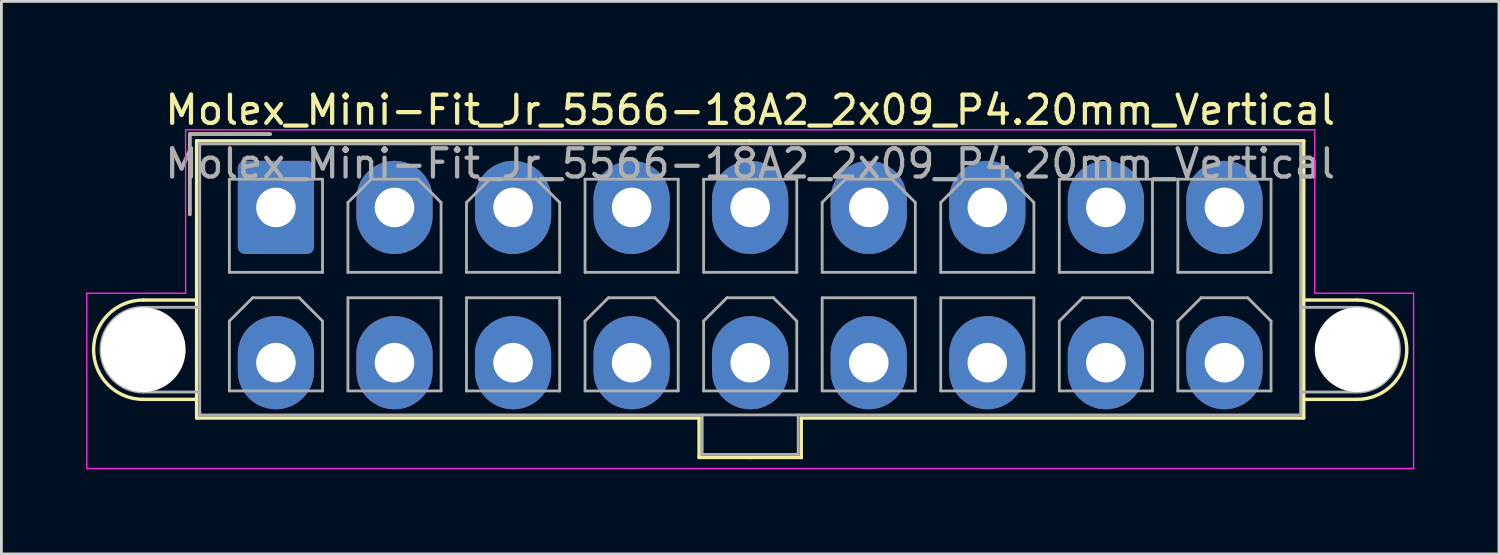
<source format=kicad_pcb>
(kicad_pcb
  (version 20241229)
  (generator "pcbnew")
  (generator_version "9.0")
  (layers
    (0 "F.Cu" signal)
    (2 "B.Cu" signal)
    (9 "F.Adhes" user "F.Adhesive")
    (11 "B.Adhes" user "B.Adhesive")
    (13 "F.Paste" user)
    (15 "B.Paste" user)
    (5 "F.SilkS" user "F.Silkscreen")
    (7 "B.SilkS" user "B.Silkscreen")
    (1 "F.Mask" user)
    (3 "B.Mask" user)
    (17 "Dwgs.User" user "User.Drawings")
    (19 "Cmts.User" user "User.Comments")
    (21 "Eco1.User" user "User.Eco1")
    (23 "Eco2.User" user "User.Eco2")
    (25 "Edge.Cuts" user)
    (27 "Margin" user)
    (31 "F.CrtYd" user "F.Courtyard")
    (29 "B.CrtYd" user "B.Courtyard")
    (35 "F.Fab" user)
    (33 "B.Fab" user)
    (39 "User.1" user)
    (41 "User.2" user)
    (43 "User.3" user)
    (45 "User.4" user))
  (footprint "Molex_Mini-Fit_Jr_5566-18A2_2x09_P4.20mm_Vertical"
    (layer "F.Cu")
    (at 6.725 4.298)
    (property "Reference" "Molex_Mini-Fit_Jr_5566-18A2_2x09_P4.20mm_Vertical" (at 16.8 -3.45 0) (layer "F.SilkS") (effects (font (size 1 1) (thickness 0.15))))
    (attr through_hole)
    (fp_line (start -4.7 3.28) (end -2.81 3.28) (stroke (width 0.12) (type solid)) (layer "F.SilkS"))
    (fp_line (start -4.7 6.8) (end -2.81 6.8) (stroke (width 0.12) (type solid)) (layer "F.SilkS"))
    (fp_line (start -3.05 -2.6) (end -3.05 0.25) (stroke (width 0.12) (type solid)) (layer "F.SilkS"))
    (fp_line (start -2.81 -2.36) (end -2.81 7.46) (stroke (width 0.12) (type solid)) (layer "F.SilkS"))
    (fp_line (start -2.81 7.46) (end 14.99 7.46) (stroke (width 0.12) (type solid)) (layer "F.SilkS"))
    (fp_line (start -0.2 -2.6) (end -3.05 -2.6) (stroke (width 0.12) (type solid)) (layer "F.SilkS"))
    (fp_line (start 14.99 7.46) (end 14.99 8.86) (stroke (width 0.12) (type solid)) (layer "F.SilkS"))
    (fp_line (start 14.99 8.86) (end 16.8 8.86) (stroke (width 0.12) (type solid)) (layer "F.SilkS"))
    (fp_line (start 16.8 -2.36) (end -2.81 -2.36) (stroke (width 0.12) (type solid)) (layer "F.SilkS"))
    (fp_line (start 16.8 -2.36) (end 36.41 -2.36) (stroke (width 0.12) (type solid)) (layer "F.SilkS"))
    (fp_line (start 18.61 7.46) (end 18.61 8.86) (stroke (width 0.12) (type solid)) (layer "F.SilkS"))
    (fp_line (start 18.61 8.86) (end 16.8 8.86) (stroke (width 0.12) (type solid)) (layer "F.SilkS"))
    (fp_line (start 36.41 -2.36) (end 36.41 7.46) (stroke (width 0.12) (type solid)) (layer "F.SilkS"))
    (fp_line (start 36.41 7.46) (end 18.61 7.46) (stroke (width 0.12) (type solid)) (layer "F.SilkS"))
    (fp_line (start 38.3 3.28) (end 36.41 3.28) (stroke (width 0.12) (type solid)) (layer "F.SilkS"))
    (fp_line (start 38.3 6.8) (end 36.41 6.8) (stroke (width 0.12) (type solid)) (layer "F.SilkS"))
    (fp_arc (start -4.7 6.8) (mid -6.46 5.04) (end -4.7 3.28) (stroke (width 0.12) (type solid)) (layer "F.SilkS"))
    (fp_arc (start 38.3 3.28) (mid 40.06 5.04) (end 38.3 6.8) (stroke (width 0.12) (type solid)) (layer "F.SilkS"))
    (fp_line (start -6.7 3.04) (end -6.7 9.25) (stroke (width 0.05) (type solid)) (layer "F.CrtYd"))
    (fp_line (start -6.7 9.25) (end 40.3 9.25) (stroke (width 0.05) (type solid)) (layer "F.CrtYd"))
    (fp_line (start -3.2 -2.75) (end -3.2 3.04) (stroke (width 0.05) (type solid)) (layer "F.CrtYd"))
    (fp_line (start -3.2 3.04) (end -6.7 3.04) (stroke (width 0.05) (type solid)) (layer "F.CrtYd"))
    (fp_line (start 36.8 -2.75) (end -3.2 -2.75) (stroke (width 0.05) (type solid)) (layer "F.CrtYd"))
    (fp_line (start 36.8 3.04) (end 36.8 -2.75) (stroke (width 0.05) (type solid)) (layer "F.CrtYd"))
    (fp_line (start 40.3 3.04) (end 36.8 3.04) (stroke (width 0.05) (type solid)) (layer "F.CrtYd"))
    (fp_line (start 40.3 9.25) (end 40.3 3.04) (stroke (width 0.05) (type solid)) (layer "F.CrtYd"))
    (fp_line (start -4.7 3.54) (end -2.7 3.54) (stroke (width 0.1) (type solid)) (layer "F.Fab"))
    (fp_line (start -4.7 6.54) (end -2.7 6.54) (stroke (width 0.1) (type solid)) (layer "F.Fab"))
    (fp_line (start -3.05 -2.6) (end -3.05 0.25) (stroke (width 0.1) (type solid)) (layer "F.Fab"))
    (fp_line (start -2.7 -2.25) (end -2.7 7.35) (stroke (width 0.1) (type solid)) (layer "F.Fab"))
    (fp_line (start -2.7 7.35) (end 36.3 7.35) (stroke (width 0.1) (type solid)) (layer "F.Fab"))
    (fp_line (start -1.65 -1) (end -1.65 2.3) (stroke (width 0.1) (type solid)) (layer "F.Fab"))
    (fp_line (start -1.65 2.3) (end 1.65 2.3) (stroke (width 0.1) (type solid)) (layer "F.Fab"))
    (fp_line (start -1.65 4.025) (end -0.825 3.2) (stroke (width 0.1) (type solid)) (layer "F.Fab"))
    (fp_line (start -1.65 6.5) (end -1.65 4.025) (stroke (width 0.1) (type solid)) (layer "F.Fab"))
    (fp_line (start -0.825 3.2) (end 0.825 3.2) (stroke (width 0.1) (type solid)) (layer "F.Fab"))
    (fp_line (start -0.2 -2.6) (end -3.05 -2.6) (stroke (width 0.1) (type solid)) (layer "F.Fab"))
    (fp_line (start 0.825 3.2) (end 1.65 4.025) (stroke (width 0.1) (type solid)) (layer "F.Fab"))
    (fp_line (start 1.65 -1) (end -1.65 -1) (stroke (width 0.1) (type solid)) (layer "F.Fab"))
    (fp_line (start 1.65 2.3) (end 1.65 -1) (stroke (width 0.1) (type solid)) (layer "F.Fab"))
    (fp_line (start 1.65 4.025) (end 1.65 6.5) (stroke (width 0.1) (type solid)) (layer "F.Fab"))
    (fp_line (start 1.65 6.5) (end -1.65 6.5) (stroke (width 0.1) (type solid)) (layer "F.Fab"))
    (fp_line (start 2.55 -0.175) (end 3.375 -1) (stroke (width 0.1) (type solid)) (layer "F.Fab"))
    (fp_line (start 2.55 2.3) (end 2.55 -0.175) (stroke (width 0.1) (type solid)) (layer "F.Fab"))
    (fp_line (start 2.55 3.2) (end 2.55 6.5) (stroke (width 0.1) (type solid)) (layer "F.Fab"))
    (fp_line (start 2.55 6.5) (end 5.85 6.5) (stroke (width 0.1) (type solid)) (layer "F.Fab"))
    (fp_line (start 3.375 -1) (end 5.025 -1) (stroke (width 0.1) (type solid)) (layer "F.Fab"))
    (fp_line (start 5.025 -1) (end 5.85 -0.175) (stroke (width 0.1) (type solid)) (layer "F.Fab"))
    (fp_line (start 5.85 -0.175) (end 5.85 2.3) (stroke (width 0.1) (type solid)) (layer "F.Fab"))
    (fp_line (start 5.85 2.3) (end 2.55 2.3) (stroke (width 0.1) (type solid)) (layer "F.Fab"))
    (fp_line (start 5.85 3.2) (end 2.55 3.2) (stroke (width 0.1) (type solid)) (layer "F.Fab"))
    (fp_line (start 5.85 6.5) (end 5.85 3.2) (stroke (width 0.1) (type solid)) (layer "F.Fab"))
    (fp_line (start 6.75 -0.175) (end 7.575 -1) (stroke (width 0.1) (type solid)) (layer "F.Fab"))
    (fp_line (start 6.75 2.3) (end 6.75 -0.175) (stroke (width 0.1) (type solid)) (layer "F.Fab"))
    (fp_line (start 6.75 3.2) (end 6.75 6.5) (stroke (width 0.1) (type solid)) (layer "F.Fab"))
    (fp_line (start 6.75 6.5) (end 10.05 6.5) (stroke (width 0.1) (type solid)) (layer "F.Fab"))
    (fp_line (start 7.575 -1) (end 9.225 -1) (stroke (width 0.1) (type solid)) (layer "F.Fab"))
    (fp_line (start 9.225 -1) (end 10.05 -0.175) (stroke (width 0.1) (type solid)) (layer "F.Fab"))
    (fp_line (start 10.05 -0.175) (end 10.05 2.3) (stroke (width 0.1) (type solid)) (layer "F.Fab"))
    (fp_line (start 10.05 2.3) (end 6.75 2.3) (stroke (width 0.1) (type solid)) (layer "F.Fab"))
    (fp_line (start 10.05 3.2) (end 6.75 3.2) (stroke (width 0.1) (type solid)) (layer "F.Fab"))
    (fp_line (start 10.05 6.5) (end 10.05 3.2) (stroke (width 0.1) (type solid)) (layer "F.Fab"))
    (fp_line (start 10.95 -1) (end 10.95 2.3) (stroke (width 0.1) (type solid)) (layer "F.Fab"))
    (fp_line (start 10.95 2.3) (end 14.25 2.3) (stroke (width 0.1) (type solid)) (layer "F.Fab"))
    (fp_line (start 10.95 4.025) (end 11.775 3.2) (stroke (width 0.1) (type solid)) (layer "F.Fab"))
    (fp_line (start 10.95 6.5) (end 10.95 4.025) (stroke (width 0.1) (type solid)) (layer "F.Fab"))
    (fp_line (start 11.775 3.2) (end 13.425 3.2) (stroke (width 0.1) (type solid)) (layer "F.Fab"))
    (fp_line (start 13.425 3.2) (end 14.25 4.025) (stroke (width 0.1) (type solid)) (layer "F.Fab"))
    (fp_line (start 14.25 -1) (end 10.95 -1) (stroke (width 0.1) (type solid)) (layer "F.Fab"))
    (fp_line (start 14.25 2.3) (end 14.25 -1) (stroke (width 0.1) (type solid)) (layer "F.Fab"))
    (fp_line (start 14.25 4.025) (end 14.25 6.5) (stroke (width 0.1) (type solid)) (layer "F.Fab"))
    (fp_line (start 14.25 6.5) (end 10.95 6.5) (stroke (width 0.1) (type solid)) (layer "F.Fab"))
    (fp_line (start 15.1 7.35) (end 15.1 8.75) (stroke (width 0.1) (type solid)) (layer "F.Fab"))
    (fp_line (start 15.1 8.75) (end 18.5 8.75) (stroke (width 0.1) (type solid)) (layer "F.Fab"))
    (fp_line (start 15.15 -1) (end 15.15 2.3) (stroke (width 0.1) (type solid)) (layer "F.Fab"))
    (fp_line (start 15.15 2.3) (end 18.45 2.3) (stroke (width 0.1) (type solid)) (layer "F.Fab"))
    (fp_line (start 15.15 4.025) (end 15.975 3.2) (stroke (width 0.1) (type solid)) (layer "F.Fab"))
    (fp_line (start 15.15 6.5) (end 15.15 4.025) (stroke (width 0.1) (type solid)) (layer "F.Fab"))
    (fp_line (start 15.975 3.2) (end 17.625 3.2) (stroke (width 0.1) (type solid)) (layer "F.Fab"))
    (fp_line (start 17.625 3.2) (end 18.45 4.025) (stroke (width 0.1) (type solid)) (layer "F.Fab"))
    (fp_line (start 18.45 -1) (end 15.15 -1) (stroke (width 0.1) (type solid)) (layer "F.Fab"))
    (fp_line (start 18.45 2.3) (end 18.45 -1) (stroke (width 0.1) (type solid)) (layer "F.Fab"))
    (fp_line (start 18.45 4.025) (end 18.45 6.5) (stroke (width 0.1) (type solid)) (layer "F.Fab"))
    (fp_line (start 18.45 6.5) (end 15.15 6.5) (stroke (width 0.1) (type solid)) (layer "F.Fab"))
    (fp_line (start 18.5 8.75) (end 18.5 7.35) (stroke (width 0.1) (type solid)) (layer "F.Fab"))
    (fp_line (start 19.35 -0.175) (end 20.175 -1) (stroke (width 0.1) (type solid)) (layer "F.Fab"))
    (fp_line (start 19.35 2.3) (end 19.35 -0.175) (stroke (width 0.1) (type solid)) (layer "F.Fab"))
    (fp_line (start 19.35 3.2) (end 19.35 6.5) (stroke (width 0.1) (type solid)) (layer "F.Fab"))
    (fp_line (start 19.35 6.5) (end 22.65 6.5) (stroke (width 0.1) (type solid)) (layer "F.Fab"))
    (fp_line (start 20.175 -1) (end 21.825 -1) (stroke (width 0.1) (type solid)) (layer "F.Fab"))
    (fp_line (start 21.825 -1) (end 22.65 -0.175) (stroke (width 0.1) (type solid)) (layer "F.Fab"))
    (fp_line (start 22.65 -0.175) (end 22.65 2.3) (stroke (width 0.1) (type solid)) (layer "F.Fab"))
    (fp_line (start 22.65 2.3) (end 19.35 2.3) (stroke (width 0.1) (type solid)) (layer "F.Fab"))
    (fp_line (start 22.65 3.2) (end 19.35 3.2) (stroke (width 0.1) (type solid)) (layer "F.Fab"))
    (fp_line (start 22.65 6.5) (end 22.65 3.2) (stroke (width 0.1) (type solid)) (layer "F.Fab"))
    (fp_line (start 23.55 -0.175) (end 24.375 -1) (stroke (width 0.1) (type solid)) (layer "F.Fab"))
    (fp_line (start 23.55 2.3) (end 23.55 -0.175) (stroke (width 0.1) (type solid)) (layer "F.Fab"))
    (fp_line (start 23.55 3.2) (end 23.55 6.5) (stroke (width 0.1) (type solid)) (layer "F.Fab"))
    (fp_line (start 23.55 6.5) (end 26.85 6.5) (stroke (width 0.1) (type solid)) (layer "F.Fab"))
    (fp_line (start 24.375 -1) (end 26.025 -1) (stroke (width 0.1) (type solid)) (layer "F.Fab"))
    (fp_line (start 26.025 -1) (end 26.85 -0.175) (stroke (width 0.1) (type solid)) (layer "F.Fab"))
    (fp_line (start 26.85 -0.175) (end 26.85 2.3) (stroke (width 0.1) (type solid)) (layer "F.Fab"))
    (fp_line (start 26.85 2.3) (end 23.55 2.3) (stroke (width 0.1) (type solid)) (layer "F.Fab"))
    (fp_line (start 26.85 3.2) (end 23.55 3.2) (stroke (width 0.1) (type solid)) (layer "F.Fab"))
    (fp_line (start 26.85 6.5) (end 26.85 3.2) (stroke (width 0.1) (type solid)) (layer "F.Fab"))
    (fp_line (start 27.75 -1) (end 27.75 2.3) (stroke (width 0.1) (type solid)) (layer "F.Fab"))
    (fp_line (start 27.75 2.3) (end 31.05 2.3) (stroke (width 0.1) (type solid)) (layer "F.Fab"))
    (fp_line (start 27.75 4.025) (end 28.575 3.2) (stroke (width 0.1) (type solid)) (layer "F.Fab"))
    (fp_line (start 27.75 6.5) (end 27.75 4.025) (stroke (width 0.1) (type solid)) (layer "F.Fab"))
    (fp_line (start 28.575 3.2) (end 30.225 3.2) (stroke (width 0.1) (type solid)) (layer "F.Fab"))
    (fp_line (start 30.225 3.2) (end 31.05 4.025) (stroke (width 0.1) (type solid)) (layer "F.Fab"))
    (fp_line (start 31.05 -1) (end 27.75 -1) (stroke (width 0.1) (type solid)) (layer "F.Fab"))
    (fp_line (start 31.05 2.3) (end 31.05 -1) (stroke (width 0.1) (type solid)) (layer "F.Fab"))
    (fp_line (start 31.05 4.025) (end 31.05 6.5) (stroke (width 0.1) (type solid)) (layer "F.Fab"))
    (fp_line (start 31.05 6.5) (end 27.75 6.5) (stroke (width 0.1) (type solid)) (layer "F.Fab"))
    (fp_line (start 31.95 -1) (end 31.95 2.3) (stroke (width 0.1) (type solid)) (layer "F.Fab"))
    (fp_line (start 31.95 2.3) (end 35.25 2.3) (stroke (width 0.1) (type solid)) (layer "F.Fab"))
    (fp_line (start 31.95 4.025) (end 32.775 3.2) (stroke (width 0.1) (type solid)) (layer "F.Fab"))
    (fp_line (start 31.95 6.5) (end 31.95 4.025) (stroke (width 0.1) (type solid)) (layer "F.Fab"))
    (fp_line (start 32.775 3.2) (end 34.425 3.2) (stroke (width 0.1) (type solid)) (layer "F.Fab"))
    (fp_line (start 34.425 3.2) (end 35.25 4.025) (stroke (width 0.1) (type solid)) (layer "F.Fab"))
    (fp_line (start 35.25 -1) (end 31.95 -1) (stroke (width 0.1) (type solid)) (layer "F.Fab"))
    (fp_line (start 35.25 2.3) (end 35.25 -1) (stroke (width 0.1) (type solid)) (layer "F.Fab"))
    (fp_line (start 35.25 4.025) (end 35.25 6.5) (stroke (width 0.1) (type solid)) (layer "F.Fab"))
    (fp_line (start 35.25 6.5) (end 31.95 6.5) (stroke (width 0.1) (type solid)) (layer "F.Fab"))
    (fp_line (start 36.3 -2.25) (end -2.7 -2.25) (stroke (width 0.1) (type solid)) (layer "F.Fab"))
    (fp_line (start 36.3 7.35) (end 36.3 -2.25) (stroke (width 0.1) (type solid)) (layer "F.Fab"))
    (fp_line (start 38.3 3.54) (end 36.3 3.54) (stroke (width 0.1) (type solid)) (layer "F.Fab"))
    (fp_line (start 38.3 6.54) (end 36.3 6.54) (stroke (width 0.1) (type solid)) (layer "F.Fab"))
    (fp_arc (start -4.7 6.54) (mid -6.2 5.04) (end -4.7 3.54) (stroke (width 0.1) (type solid)) (layer "F.Fab"))
    (fp_arc (start 38.3 3.54) (mid 39.8 5.04) (end 38.3 6.54) (stroke (width 0.1) (type solid)) (layer "F.Fab"))
    (fp_text user "${REFERENCE}" (at 16.8 -1.55 0) (layer "F.Fab") (effects (font (size 1 1) (thickness 0.15))))
    (pad "" np_thru_hole circle (at -4.7 5.04) (size 3 3) (drill 3) (layers "*.Cu" "*.Mask"))
    (pad "" np_thru_hole circle (at 38.3 5.04) (size 3 3) (drill 3) (layers "*.Cu" "*.Mask"))
    (pad "1" thru_hole roundrect (at 0 0) (size 2.7 3.3) (drill 1.4) (layers "*.Cu" "*.Mask") (roundrect_rratio 0.093))
    (pad "2" thru_hole oval (at 4.2 0) (size 2.7 3.3) (drill 1.4) (layers "*.Cu" "*.Mask"))
    (pad "3" thru_hole oval (at 8.4 0) (size 2.7 3.3) (drill 1.4) (layers "*.Cu" "*.Mask"))
    (pad "4" thru_hole oval (at 12.6 0) (size 2.7 3.3) (drill 1.4) (layers "*.Cu" "*.Mask"))
    (pad "5" thru_hole oval (at 16.8 0) (size 2.7 3.3) (drill 1.4) (layers "*.Cu" "*.Mask"))
    (pad "6" thru_hole oval (at 21 0) (size 2.7 3.3) (drill 1.4) (layers "*.Cu" "*.Mask"))
    (pad "7" thru_hole oval (at 25.2 0) (size 2.7 3.3) (drill 1.4) (layers "*.Cu" "*.Mask"))
    (pad "8" thru_hole oval (at 29.4 0) (size 2.7 3.3) (drill 1.4) (layers "*.Cu" "*.Mask"))
    (pad "9" thru_hole oval (at 33.6 0) (size 2.7 3.3) (drill 1.4) (layers "*.Cu" "*.Mask"))
    (pad "10" thru_hole oval (at 0 5.5) (size 2.7 3.3) (drill 1.4) (layers "*.Cu" "*.Mask"))
    (pad "11" thru_hole oval (at 4.2 5.5) (size 2.7 3.3) (drill 1.4) (layers "*.Cu" "*.Mask"))
    (pad "12" thru_hole oval (at 8.4 5.5) (size 2.7 3.3) (drill 1.4) (layers "*.Cu" "*.Mask"))
    (pad "13" thru_hole oval (at 12.6 5.5) (size 2.7 3.3) (drill 1.4) (layers "*.Cu" "*.Mask"))
    (pad "14" thru_hole oval (at 16.8 5.5) (size 2.7 3.3) (drill 1.4) (layers "*.Cu" "*.Mask"))
    (pad "15" thru_hole oval (at 21 5.5) (size 2.7 3.3) (drill 1.4) (layers "*.Cu" "*.Mask"))
    (pad "16" thru_hole oval (at 25.2 5.5) (size 2.7 3.3) (drill 1.4) (layers "*.Cu" "*.Mask"))
    (pad "17" thru_hole oval (at 29.4 5.5) (size 2.7 3.3) (drill 1.4) (layers "*.Cu" "*.Mask"))
    (pad "18" thru_hole oval (at 33.6 5.5) (size 2.7 3.3) (drill 1.4) (layers "*.Cu" "*.Mask")))
  (gr_rect
    (start -3 -3)
    (end 50.05 16.573)
    (stroke (width 0.1) (type default))
    (fill no)
    (layer "Edge.Cuts")))
</source>
